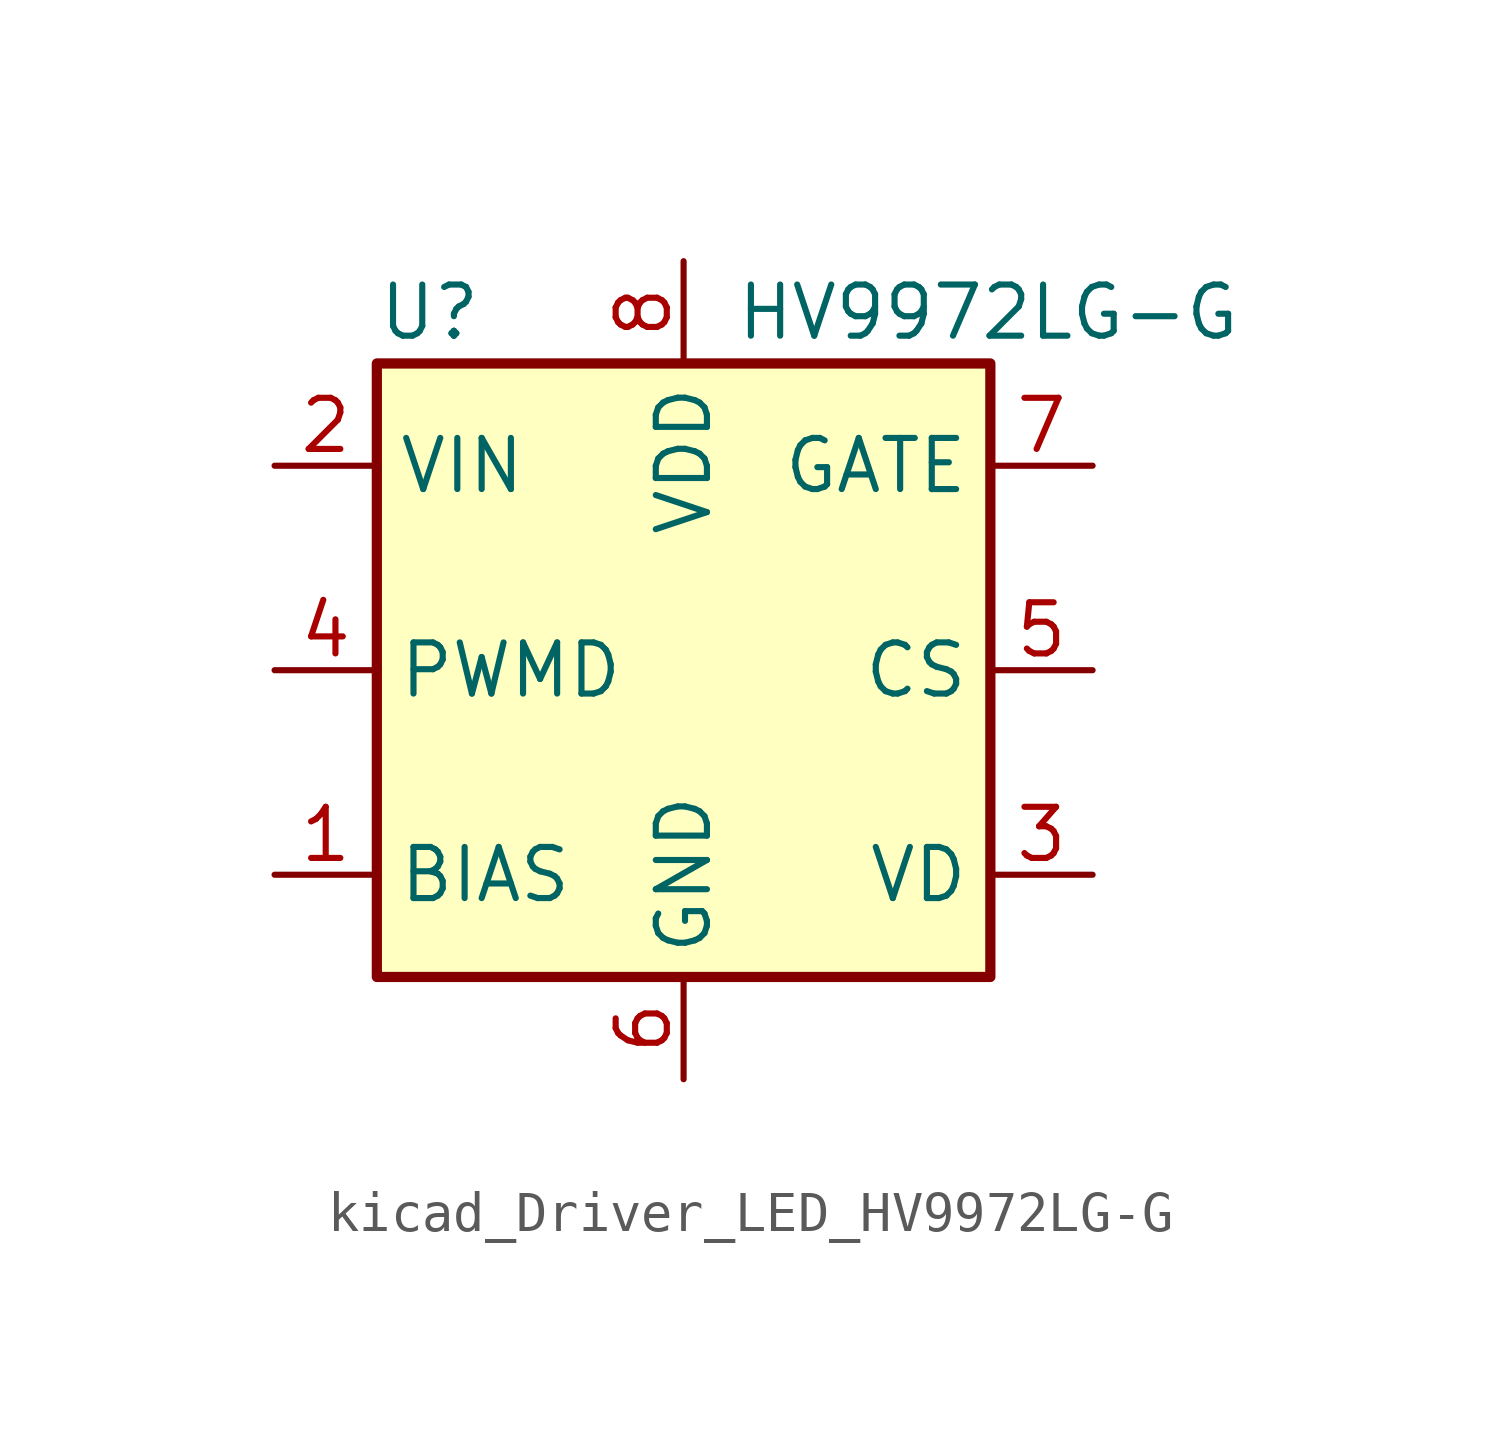
<source format=kicad_sym>
(kicad_symbol_lib
  (version 20220914)
  (generator kicad_symbol_editor)
  (symbol "kicad_Driver_LED_HV9972LG-G"
    (property "Reference" "U"
      (at -7.62 8.89 0)
      (effects (font (size 1.27 1.27)) (justify left)))
    (property "Value" "HV9972LG-G"
      (at 1.27 8.89 0)
      (effects (font (size 1.27 1.27)) (justify left)))
    (symbol "kicad_Driver_LED_HV9972LG-G_0_1"
      (rectangle (start -7.62 7.62) (end 7.62 -7.62) (stroke (width 0.254) (type default)) (fill (type background))))
    (symbol "kicad_Driver_LED_HV9972LG-G_1_1"
      (pin passive line (at -10.16 -5.08 0) (length 2.54) (name "BIAS" (effects (font (size 1.27 1.27)))) (number "1" (effects (font (size 1.27 1.27)))))
      (pin input line (at -10.16 5.08 0) (length 2.54) (name "VIN" (effects (font (size 1.27 1.27)))) (number "2" (effects (font (size 1.27 1.27)))))
      (pin input line (at 10.16 -5.08 180) (length 2.54) (name "VD" (effects (font (size 1.27 1.27)))) (number "3" (effects (font (size 1.27 1.27)))))
      (pin output line (at -10.16 0 0) (length 2.54) (name "PWMD" (effects (font (size 1.27 1.27)))) (number "4" (effects (font (size 1.27 1.27)))))
      (pin input line (at 10.16 0 180) (length 2.54) (name "CS" (effects (font (size 1.27 1.27)))) (number "5" (effects (font (size 1.27 1.27)))))
      (pin power_in line (at 0 -10.16 90) (length 2.54) (name "GND" (effects (font (size 1.27 1.27)))) (number "6" (effects (font (size 1.27 1.27)))))
      (pin output line (at 10.16 5.08 180) (length 2.54) (name "GATE" (effects (font (size 1.27 1.27)))) (number "7" (effects (font (size 1.27 1.27)))))
      (pin power_out line (at 0 10.16 270) (length 2.54) (name "VDD" (effects (font (size 1.27 1.27)))) (number "8" (effects (font (size 1.27 1.27))))))))
</source>
